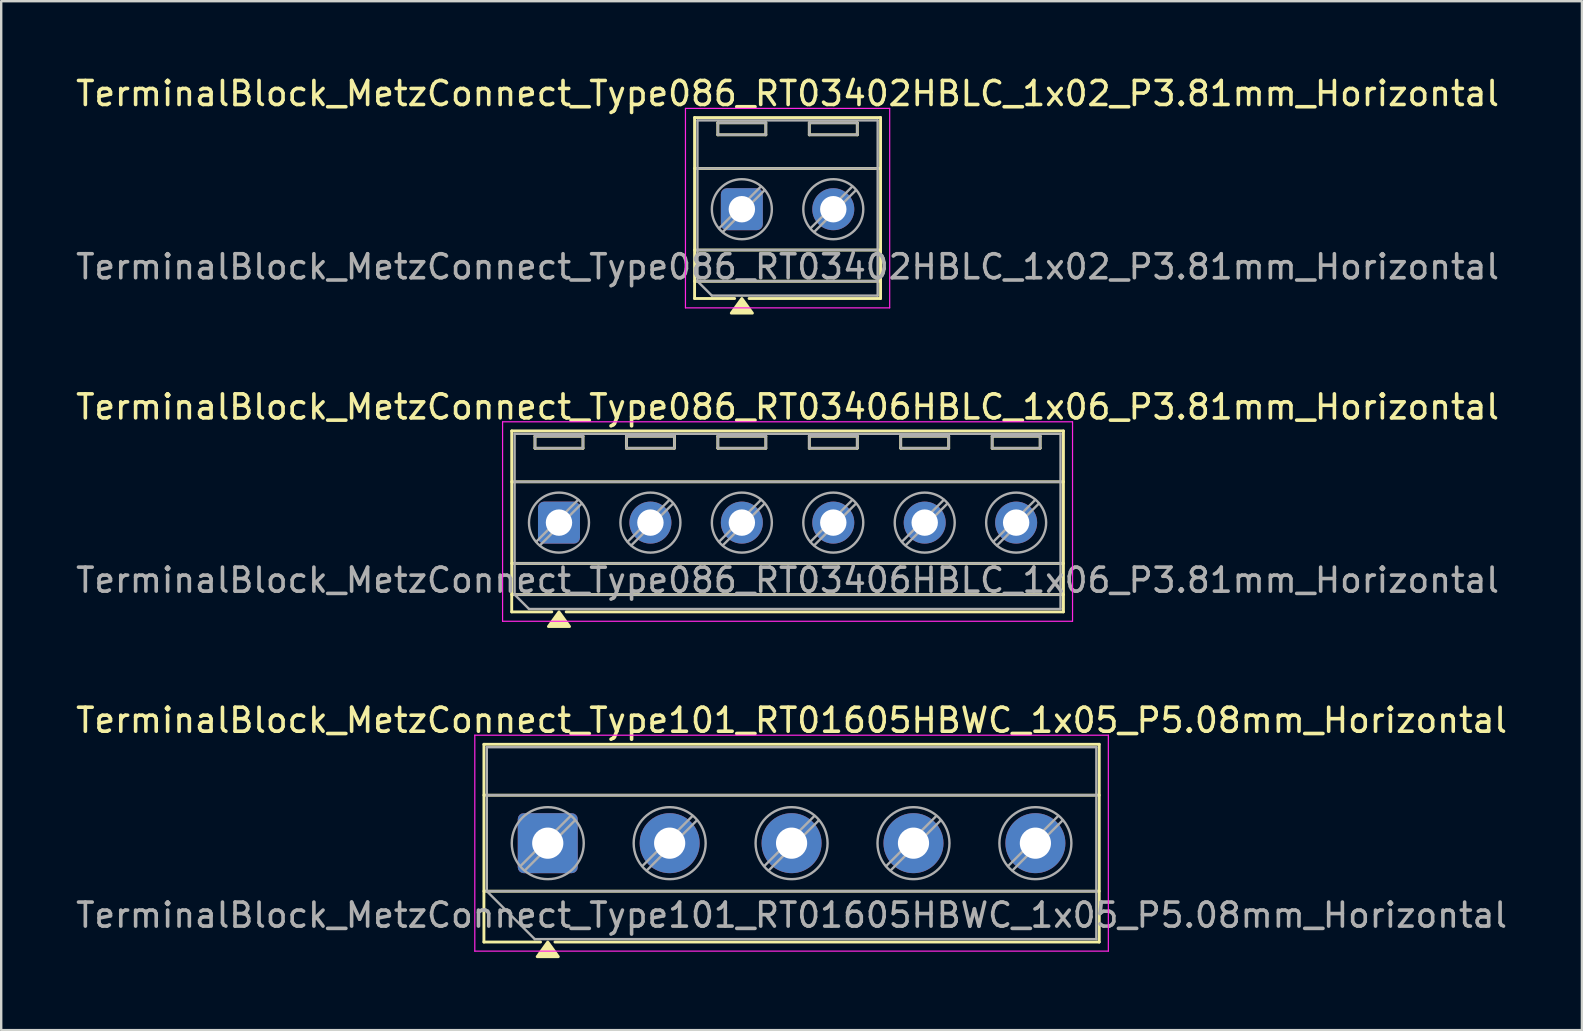
<source format=kicad_pcb>
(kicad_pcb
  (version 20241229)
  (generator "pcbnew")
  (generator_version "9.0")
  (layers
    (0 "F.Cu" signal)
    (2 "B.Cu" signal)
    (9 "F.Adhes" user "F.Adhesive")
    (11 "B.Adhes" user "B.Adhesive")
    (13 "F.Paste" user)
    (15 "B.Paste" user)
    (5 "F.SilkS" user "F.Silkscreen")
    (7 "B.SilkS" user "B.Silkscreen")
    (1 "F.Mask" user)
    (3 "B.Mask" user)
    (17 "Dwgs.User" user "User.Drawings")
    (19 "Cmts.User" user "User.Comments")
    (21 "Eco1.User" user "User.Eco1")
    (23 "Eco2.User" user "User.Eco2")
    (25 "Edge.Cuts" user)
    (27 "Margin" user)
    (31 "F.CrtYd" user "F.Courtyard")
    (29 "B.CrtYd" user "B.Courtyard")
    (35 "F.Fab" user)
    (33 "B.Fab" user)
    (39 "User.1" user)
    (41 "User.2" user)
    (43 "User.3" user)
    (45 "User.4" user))
  (footprint "TerminalBlock_MetzConnect_Type086_RT03406HBLC_1x06_P3.81mm_Horizontal"
    (layer "F.Cu")
    (at 20.243 18.727)
    (property "Reference" "TerminalBlock_MetzConnect_Type086_RT03406HBLC_1x06_P3.81mm_Horizontal" (at 9.525 -4.82 0) (layer "F.SilkS") (effects (font (size 1 1) (thickness 0.15))))
    (attr through_hole)
    (fp_line (start -1.97 -3.82) (end -1.97 3.72) (stroke (width 0.12) (type solid)) (layer "F.SilkS"))
    (fp_line (start -1.97 -3.82) (end 21.02 -3.82) (stroke (width 0.12) (type solid)) (layer "F.SilkS"))
    (fp_line (start -1.97 -1.7) (end 21.02 -1.7) (stroke (width 0.12) (type solid)) (layer "F.SilkS"))
    (fp_line (start -1.97 1.7) (end 21.02 1.7) (stroke (width 0.12) (type solid)) (layer "F.SilkS"))
    (fp_line (start -1.97 3) (end 21.02 3) (stroke (width 0.12) (type solid)) (layer "F.SilkS"))
    (fp_line (start -1.97 3.72) (end -0.3 3.72) (stroke (width 0.12) (type solid)) (layer "F.SilkS"))
    (fp_line (start -1 -3.6) (end -1 -3.1) (stroke (width 0.12) (type solid)) (layer "F.SilkS"))
    (fp_line (start -1 -3.6) (end 1 -3.6) (stroke (width 0.12) (type solid)) (layer "F.SilkS"))
    (fp_line (start -1 -3.1) (end 1 -3.1) (stroke (width 0.12) (type solid)) (layer "F.SilkS"))
    (fp_line (start 0.3 3.72) (end 21.02 3.72) (stroke (width 0.12) (type solid)) (layer "F.SilkS"))
    (fp_line (start 1 -3.6) (end 1 -3.1) (stroke (width 0.12) (type solid)) (layer "F.SilkS"))
    (fp_line (start 2.81 -3.6) (end 2.81 -3.1) (stroke (width 0.12) (type solid)) (layer "F.SilkS"))
    (fp_line (start 2.81 -3.6) (end 4.81 -3.6) (stroke (width 0.12) (type solid)) (layer "F.SilkS"))
    (fp_line (start 2.81 -3.1) (end 4.81 -3.1) (stroke (width 0.12) (type solid)) (layer "F.SilkS"))
    (fp_line (start 4.81 -3.6) (end 4.81 -3.1) (stroke (width 0.12) (type solid)) (layer "F.SilkS"))
    (fp_line (start 6.62 -3.6) (end 6.62 -3.1) (stroke (width 0.12) (type solid)) (layer "F.SilkS"))
    (fp_line (start 6.62 -3.6) (end 8.62 -3.6) (stroke (width 0.12) (type solid)) (layer "F.SilkS"))
    (fp_line (start 6.62 -3.1) (end 8.62 -3.1) (stroke (width 0.12) (type solid)) (layer "F.SilkS"))
    (fp_line (start 8.62 -3.6) (end 8.62 -3.1) (stroke (width 0.12) (type solid)) (layer "F.SilkS"))
    (fp_line (start 10.43 -3.6) (end 10.43 -3.1) (stroke (width 0.12) (type solid)) (layer "F.SilkS"))
    (fp_line (start 10.43 -3.6) (end 12.43 -3.6) (stroke (width 0.12) (type solid)) (layer "F.SilkS"))
    (fp_line (start 10.43 -3.1) (end 12.43 -3.1) (stroke (width 0.12) (type solid)) (layer "F.SilkS"))
    (fp_line (start 12.43 -3.6) (end 12.43 -3.1) (stroke (width 0.12) (type solid)) (layer "F.SilkS"))
    (fp_line (start 14.24 -3.6) (end 14.24 -3.1) (stroke (width 0.12) (type solid)) (layer "F.SilkS"))
    (fp_line (start 14.24 -3.6) (end 16.24 -3.6) (stroke (width 0.12) (type solid)) (layer "F.SilkS"))
    (fp_line (start 14.24 -3.1) (end 16.24 -3.1) (stroke (width 0.12) (type solid)) (layer "F.SilkS"))
    (fp_line (start 16.24 -3.6) (end 16.24 -3.1) (stroke (width 0.12) (type solid)) (layer "F.SilkS"))
    (fp_line (start 18.05 -3.6) (end 18.05 -3.1) (stroke (width 0.12) (type solid)) (layer "F.SilkS"))
    (fp_line (start 18.05 -3.6) (end 20.05 -3.6) (stroke (width 0.12) (type solid)) (layer "F.SilkS"))
    (fp_line (start 18.05 -3.1) (end 20.05 -3.1) (stroke (width 0.12) (type solid)) (layer "F.SilkS"))
    (fp_line (start 20.05 -3.6) (end 20.05 -3.1) (stroke (width 0.12) (type solid)) (layer "F.SilkS"))
    (fp_line (start 21.02 -3.82) (end 21.02 3.72) (stroke (width 0.12) (type solid)) (layer "F.SilkS"))
    (fp_poly (pts (xy 0 3.72) (xy 0.44 4.33) (xy -0.44 4.33)) (stroke (width 0.12) (type solid)) (fill yes) (layer "F.SilkS"))
    (fp_line (start -2.35 -4.2) (end -2.35 4.11) (stroke (width 0.05) (type solid)) (layer "F.CrtYd"))
    (fp_line (start -2.35 4.11) (end 21.4 4.11) (stroke (width 0.05) (type solid)) (layer "F.CrtYd"))
    (fp_line (start 21.4 -4.2) (end -2.35 -4.2) (stroke (width 0.05) (type solid)) (layer "F.CrtYd"))
    (fp_line (start 21.4 4.11) (end 21.4 -4.2) (stroke (width 0.05) (type solid)) (layer "F.CrtYd"))
    (fp_line (start -1.85 -3.7) (end 20.9 -3.7) (stroke (width 0.1) (type solid)) (layer "F.Fab"))
    (fp_line (start -1.85 -1.7) (end 20.9 -1.7) (stroke (width 0.1) (type solid)) (layer "F.Fab"))
    (fp_line (start -1.85 1.7) (end 20.9 1.7) (stroke (width 0.1) (type solid)) (layer "F.Fab"))
    (fp_line (start -1.85 3) (end -1.85 -3.7) (stroke (width 0.1) (type solid)) (layer "F.Fab"))
    (fp_line (start -1.85 3) (end 20.9 3) (stroke (width 0.1) (type solid)) (layer "F.Fab"))
    (fp_line (start -1.25 3.6) (end -1.85 3) (stroke (width 0.1) (type solid)) (layer "F.Fab"))
    (fp_line (start -1 -3.6) (end -1 -3.1) (stroke (width 0.1) (type solid)) (layer "F.Fab"))
    (fp_line (start -1 -3.1) (end 1 -3.1) (stroke (width 0.1) (type solid)) (layer "F.Fab"))
    (fp_line (start 0.796 -0.948) (end -0.948 0.795) (stroke (width 0.1) (type solid)) (layer "F.Fab"))
    (fp_line (start 0.948 -0.795) (end -0.796 0.948) (stroke (width 0.1) (type solid)) (layer "F.Fab"))
    (fp_line (start 1 -3.6) (end -1 -3.6) (stroke (width 0.1) (type solid)) (layer "F.Fab"))
    (fp_line (start 1 -3.1) (end 1 -3.6) (stroke (width 0.1) (type solid)) (layer "F.Fab"))
    (fp_line (start 2.81 -3.6) (end 2.81 -3.1) (stroke (width 0.1) (type solid)) (layer "F.Fab"))
    (fp_line (start 2.81 -3.1) (end 4.81 -3.1) (stroke (width 0.1) (type solid)) (layer "F.Fab"))
    (fp_line (start 4.606 -0.948) (end 2.862 0.795) (stroke (width 0.1) (type solid)) (layer "F.Fab"))
    (fp_line (start 4.758 -0.795) (end 3.014 0.948) (stroke (width 0.1) (type solid)) (layer "F.Fab"))
    (fp_line (start 4.81 -3.6) (end 2.81 -3.6) (stroke (width 0.1) (type solid)) (layer "F.Fab"))
    (fp_line (start 4.81 -3.1) (end 4.81 -3.6) (stroke (width 0.1) (type solid)) (layer "F.Fab"))
    (fp_line (start 6.62 -3.6) (end 6.62 -3.1) (stroke (width 0.1) (type solid)) (layer "F.Fab"))
    (fp_line (start 6.62 -3.1) (end 8.62 -3.1) (stroke (width 0.1) (type solid)) (layer "F.Fab"))
    (fp_line (start 8.416 -0.948) (end 6.672 0.795) (stroke (width 0.1) (type solid)) (layer "F.Fab"))
    (fp_line (start 8.568 -0.795) (end 6.824 0.948) (stroke (width 0.1) (type solid)) (layer "F.Fab"))
    (fp_line (start 8.62 -3.6) (end 6.62 -3.6) (stroke (width 0.1) (type solid)) (layer "F.Fab"))
    (fp_line (start 8.62 -3.1) (end 8.62 -3.6) (stroke (width 0.1) (type solid)) (layer "F.Fab"))
    (fp_line (start 10.43 -3.6) (end 10.43 -3.1) (stroke (width 0.1) (type solid)) (layer "F.Fab"))
    (fp_line (start 10.43 -3.1) (end 12.43 -3.1) (stroke (width 0.1) (type solid)) (layer "F.Fab"))
    (fp_line (start 12.226 -0.948) (end 10.482 0.795) (stroke (width 0.1) (type solid)) (layer "F.Fab"))
    (fp_line (start 12.378 -0.795) (end 10.634 0.948) (stroke (width 0.1) (type solid)) (layer "F.Fab"))
    (fp_line (start 12.43 -3.6) (end 10.43 -3.6) (stroke (width 0.1) (type solid)) (layer "F.Fab"))
    (fp_line (start 12.43 -3.1) (end 12.43 -3.6) (stroke (width 0.1) (type solid)) (layer "F.Fab"))
    (fp_line (start 14.24 -3.6) (end 14.24 -3.1) (stroke (width 0.1) (type solid)) (layer "F.Fab"))
    (fp_line (start 14.24 -3.1) (end 16.24 -3.1) (stroke (width 0.1) (type solid)) (layer "F.Fab"))
    (fp_line (start 16.036 -0.948) (end 14.292 0.795) (stroke (width 0.1) (type solid)) (layer "F.Fab"))
    (fp_line (start 16.188 -0.795) (end 14.444 0.948) (stroke (width 0.1) (type solid)) (layer "F.Fab"))
    (fp_line (start 16.24 -3.6) (end 14.24 -3.6) (stroke (width 0.1) (type solid)) (layer "F.Fab"))
    (fp_line (start 16.24 -3.1) (end 16.24 -3.6) (stroke (width 0.1) (type solid)) (layer "F.Fab"))
    (fp_line (start 18.05 -3.6) (end 18.05 -3.1) (stroke (width 0.1) (type solid)) (layer "F.Fab"))
    (fp_line (start 18.05 -3.1) (end 20.05 -3.1) (stroke (width 0.1) (type solid)) (layer "F.Fab"))
    (fp_line (start 19.846 -0.948) (end 18.102 0.795) (stroke (width 0.1) (type solid)) (layer "F.Fab"))
    (fp_line (start 19.998 -0.795) (end 18.254 0.948) (stroke (width 0.1) (type solid)) (layer "F.Fab"))
    (fp_line (start 20.05 -3.6) (end 18.05 -3.6) (stroke (width 0.1) (type solid)) (layer "F.Fab"))
    (fp_line (start 20.05 -3.1) (end 20.05 -3.6) (stroke (width 0.1) (type solid)) (layer "F.Fab"))
    (fp_line (start 20.9 -3.7) (end 20.9 3.6) (stroke (width 0.1) (type solid)) (layer "F.Fab"))
    (fp_line (start 20.9 3.6) (end -1.25 3.6) (stroke (width 0.1) (type solid)) (layer "F.Fab"))
    (fp_circle (center 0 0) (end 1.25 0) (stroke (width 0.1) (type solid)) (fill no) (layer "F.Fab"))
    (fp_circle (center 3.81 0) (end 5.06 0) (stroke (width 0.1) (type solid)) (fill no) (layer "F.Fab"))
    (fp_circle (center 7.62 0) (end 8.87 0) (stroke (width 0.1) (type solid)) (fill no) (layer "F.Fab"))
    (fp_circle (center 11.43 0) (end 12.68 0) (stroke (width 0.1) (type solid)) (fill no) (layer "F.Fab"))
    (fp_circle (center 15.24 0) (end 16.49 0) (stroke (width 0.1) (type solid)) (fill no) (layer "F.Fab"))
    (fp_circle (center 19.05 0) (end 20.3 0) (stroke (width 0.1) (type solid)) (fill no) (layer "F.Fab"))
    (fp_text user "${REFERENCE}" (at 9.525 2.4 0) (layer "F.Fab") (effects (font (size 1 1) (thickness 0.15))))
    (pad "1" thru_hole roundrect (at 0 0) (size 1.75 1.75) (drill 1.1) (layers "*.Cu" "*.Mask") (roundrect_rratio 0.143))
    (pad "2" thru_hole circle (at 3.81 0) (size 1.75 1.75) (drill 1.1) (layers "*.Cu" "*.Mask"))
    (pad "3" thru_hole circle (at 7.62 0) (size 1.75 1.75) (drill 1.1) (layers "*.Cu" "*.Mask"))
    (pad "4" thru_hole circle (at 11.43 0) (size 1.75 1.75) (drill 1.1) (layers "*.Cu" "*.Mask"))
    (pad "5" thru_hole circle (at 15.24 0) (size 1.75 1.75) (drill 1.1) (layers "*.Cu" "*.Mask"))
    (pad "6" thru_hole circle (at 19.05 0) (size 1.75 1.75) (drill 1.1) (layers "*.Cu" "*.Mask")))
  (footprint "TerminalBlock_MetzConnect_Type101_RT01605HBWC_1x05_P5.08mm_Horizontal"
    (layer "F.Cu")
    (at 19.775 32.085)
    (property "Reference" "TerminalBlock_MetzConnect_Type101_RT01605HBWC_1x05_P5.08mm_Horizontal" (at 10.16 -5.12 0) (layer "F.SilkS") (effects (font (size 1 1) (thickness 0.15))))
    (attr through_hole)
    (fp_line (start -2.66 -4.12) (end -2.66 4.12) (stroke (width 0.12) (type solid)) (layer "F.SilkS"))
    (fp_line (start -2.66 -4.12) (end 22.98 -4.12) (stroke (width 0.12) (type solid)) (layer "F.SilkS"))
    (fp_line (start -2.66 -2) (end 22.98 -2) (stroke (width 0.12) (type solid)) (layer "F.SilkS"))
    (fp_line (start -2.66 2) (end 22.98 2) (stroke (width 0.12) (type solid)) (layer "F.SilkS"))
    (fp_line (start -2.66 4.12) (end -0.3 4.12) (stroke (width 0.12) (type solid)) (layer "F.SilkS"))
    (fp_line (start 0.3 4.12) (end 22.98 4.12) (stroke (width 0.12) (type solid)) (layer "F.SilkS"))
    (fp_line (start 22.98 -4.12) (end 22.98 4.12) (stroke (width 0.12) (type solid)) (layer "F.SilkS"))
    (fp_poly (pts (xy 0 4.12) (xy 0.44 4.73) (xy -0.44 4.73)) (stroke (width 0.12) (type solid)) (fill yes) (layer "F.SilkS"))
    (fp_line (start -3.04 -4.5) (end -3.04 4.5) (stroke (width 0.05) (type solid)) (layer "F.CrtYd"))
    (fp_line (start -3.04 4.5) (end 23.36 4.5) (stroke (width 0.05) (type solid)) (layer "F.CrtYd"))
    (fp_line (start 23.36 -4.5) (end -3.04 -4.5) (stroke (width 0.05) (type solid)) (layer "F.CrtYd"))
    (fp_line (start 23.36 4.5) (end 23.36 -4.5) (stroke (width 0.05) (type solid)) (layer "F.CrtYd"))
    (fp_line (start -2.54 -4) (end 22.86 -4) (stroke (width 0.1) (type solid)) (layer "F.Fab"))
    (fp_line (start -2.54 -2) (end 22.86 -2) (stroke (width 0.1) (type solid)) (layer "F.Fab"))
    (fp_line (start -2.54 2) (end -2.54 -4) (stroke (width 0.1) (type solid)) (layer "F.Fab"))
    (fp_line (start -2.54 2) (end 22.86 2) (stroke (width 0.1) (type solid)) (layer "F.Fab"))
    (fp_line (start -0.54 4) (end -2.54 2) (stroke (width 0.1) (type solid)) (layer "F.Fab"))
    (fp_line (start 0.955 -1.138) (end -1.138 0.954) (stroke (width 0.1) (type solid)) (layer "F.Fab"))
    (fp_line (start 1.138 -0.954) (end -0.955 1.137) (stroke (width 0.1) (type solid)) (layer "F.Fab"))
    (fp_line (start 6.035 -1.138) (end 3.942 0.954) (stroke (width 0.1) (type solid)) (layer "F.Fab"))
    (fp_line (start 6.218 -0.954) (end 4.125 1.137) (stroke (width 0.1) (type solid)) (layer "F.Fab"))
    (fp_line (start 11.115 -1.138) (end 9.022 0.954) (stroke (width 0.1) (type solid)) (layer "F.Fab"))
    (fp_line (start 11.298 -0.954) (end 9.205 1.137) (stroke (width 0.1) (type solid)) (layer "F.Fab"))
    (fp_line (start 16.195 -1.138) (end 14.102 0.954) (stroke (width 0.1) (type solid)) (layer "F.Fab"))
    (fp_line (start 16.378 -0.954) (end 14.285 1.137) (stroke (width 0.1) (type solid)) (layer "F.Fab"))
    (fp_line (start 21.275 -1.138) (end 19.182 0.954) (stroke (width 0.1) (type solid)) (layer "F.Fab"))
    (fp_line (start 21.458 -0.954) (end 19.365 1.137) (stroke (width 0.1) (type solid)) (layer "F.Fab"))
    (fp_line (start 22.86 -4) (end 22.86 4) (stroke (width 0.1) (type solid)) (layer "F.Fab"))
    (fp_line (start 22.86 4) (end -0.54 4) (stroke (width 0.1) (type solid)) (layer "F.Fab"))
    (fp_circle (center 0 0) (end 1.5 0) (stroke (width 0.1) (type solid)) (fill no) (layer "F.Fab"))
    (fp_circle (center 5.08 0) (end 6.58 0) (stroke (width 0.1) (type solid)) (fill no) (layer "F.Fab"))
    (fp_circle (center 10.16 0) (end 11.66 0) (stroke (width 0.1) (type solid)) (fill no) (layer "F.Fab"))
    (fp_circle (center 15.24 0) (end 16.74 0) (stroke (width 0.1) (type solid)) (fill no) (layer "F.Fab"))
    (fp_circle (center 20.32 0) (end 21.82 0) (stroke (width 0.1) (type solid)) (fill no) (layer "F.Fab"))
    (fp_text user "${REFERENCE}" (at 10.16 3 0) (layer "F.Fab") (effects (font (size 1 1) (thickness 0.15))))
    (pad "1" thru_hole roundrect (at 0 0) (size 2.5 2.5) (drill 1.3) (layers "*.Cu" "*.Mask") (roundrect_rratio 0.1))
    (pad "2" thru_hole circle (at 5.08 0) (size 2.5 2.5) (drill 1.3) (layers "*.Cu" "*.Mask"))
    (pad "3" thru_hole circle (at 10.16 0) (size 2.5 2.5) (drill 1.3) (layers "*.Cu" "*.Mask"))
    (pad "4" thru_hole circle (at 15.24 0) (size 2.5 2.5) (drill 1.3) (layers "*.Cu" "*.Mask"))
    (pad "5" thru_hole circle (at 20.32 0) (size 2.5 2.5) (drill 1.3) (layers "*.Cu" "*.Mask")))
  (footprint "TerminalBlock_MetzConnect_Type086_RT03402HBLC_1x02_P3.81mm_Horizontal"
    (layer "F.Cu")
    (at 27.863 5.668)
    (property "Reference" "TerminalBlock_MetzConnect_Type086_RT03402HBLC_1x02_P3.81mm_Horizontal" (at 1.905 -4.82 0) (layer "F.SilkS") (effects (font (size 1 1) (thickness 0.15))))
    (attr through_hole)
    (fp_line (start -1.97 -3.82) (end -1.97 3.72) (stroke (width 0.12) (type solid)) (layer "F.SilkS"))
    (fp_line (start -1.97 -3.82) (end 5.78 -3.82) (stroke (width 0.12) (type solid)) (layer "F.SilkS"))
    (fp_line (start -1.97 -1.7) (end 5.78 -1.7) (stroke (width 0.12) (type solid)) (layer "F.SilkS"))
    (fp_line (start -1.97 1.7) (end 5.78 1.7) (stroke (width 0.12) (type solid)) (layer "F.SilkS"))
    (fp_line (start -1.97 3) (end 5.78 3) (stroke (width 0.12) (type solid)) (layer "F.SilkS"))
    (fp_line (start -1.97 3.72) (end -0.3 3.72) (stroke (width 0.12) (type solid)) (layer "F.SilkS"))
    (fp_line (start -1 -3.6) (end -1 -3.1) (stroke (width 0.12) (type solid)) (layer "F.SilkS"))
    (fp_line (start -1 -3.6) (end 1 -3.6) (stroke (width 0.12) (type solid)) (layer "F.SilkS"))
    (fp_line (start -1 -3.1) (end 1 -3.1) (stroke (width 0.12) (type solid)) (layer "F.SilkS"))
    (fp_line (start 0.3 3.72) (end 5.78 3.72) (stroke (width 0.12) (type solid)) (layer "F.SilkS"))
    (fp_line (start 1 -3.6) (end 1 -3.1) (stroke (width 0.12) (type solid)) (layer "F.SilkS"))
    (fp_line (start 2.81 -3.6) (end 2.81 -3.1) (stroke (width 0.12) (type solid)) (layer "F.SilkS"))
    (fp_line (start 2.81 -3.6) (end 4.81 -3.6) (stroke (width 0.12) (type solid)) (layer "F.SilkS"))
    (fp_line (start 2.81 -3.1) (end 4.81 -3.1) (stroke (width 0.12) (type solid)) (layer "F.SilkS"))
    (fp_line (start 4.81 -3.6) (end 4.81 -3.1) (stroke (width 0.12) (type solid)) (layer "F.SilkS"))
    (fp_line (start 5.78 -3.82) (end 5.78 3.72) (stroke (width 0.12) (type solid)) (layer "F.SilkS"))
    (fp_poly (pts (xy 0 3.72) (xy 0.44 4.33) (xy -0.44 4.33)) (stroke (width 0.12) (type solid)) (fill yes) (layer "F.SilkS"))
    (fp_line (start -2.35 -4.2) (end -2.35 4.11) (stroke (width 0.05) (type solid)) (layer "F.CrtYd"))
    (fp_line (start -2.35 4.11) (end 6.16 4.11) (stroke (width 0.05) (type solid)) (layer "F.CrtYd"))
    (fp_line (start 6.16 -4.2) (end -2.35 -4.2) (stroke (width 0.05) (type solid)) (layer "F.CrtYd"))
    (fp_line (start 6.16 4.11) (end 6.16 -4.2) (stroke (width 0.05) (type solid)) (layer "F.CrtYd"))
    (fp_line (start -1.85 -3.7) (end 5.66 -3.7) (stroke (width 0.1) (type solid)) (layer "F.Fab"))
    (fp_line (start -1.85 -1.7) (end 5.66 -1.7) (stroke (width 0.1) (type solid)) (layer "F.Fab"))
    (fp_line (start -1.85 1.7) (end 5.66 1.7) (stroke (width 0.1) (type solid)) (layer "F.Fab"))
    (fp_line (start -1.85 3) (end -1.85 -3.7) (stroke (width 0.1) (type solid)) (layer "F.Fab"))
    (fp_line (start -1.85 3) (end 5.66 3) (stroke (width 0.1) (type solid)) (layer "F.Fab"))
    (fp_line (start -1.25 3.6) (end -1.85 3) (stroke (width 0.1) (type solid)) (layer "F.Fab"))
    (fp_line (start -1 -3.6) (end -1 -3.1) (stroke (width 0.1) (type solid)) (layer "F.Fab"))
    (fp_line (start -1 -3.1) (end 1 -3.1) (stroke (width 0.1) (type solid)) (layer "F.Fab"))
    (fp_line (start 0.796 -0.948) (end -0.948 0.795) (stroke (width 0.1) (type solid)) (layer "F.Fab"))
    (fp_line (start 0.948 -0.795) (end -0.796 0.948) (stroke (width 0.1) (type solid)) (layer "F.Fab"))
    (fp_line (start 1 -3.6) (end -1 -3.6) (stroke (width 0.1) (type solid)) (layer "F.Fab"))
    (fp_line (start 1 -3.1) (end 1 -3.6) (stroke (width 0.1) (type solid)) (layer "F.Fab"))
    (fp_line (start 2.81 -3.6) (end 2.81 -3.1) (stroke (width 0.1) (type solid)) (layer "F.Fab"))
    (fp_line (start 2.81 -3.1) (end 4.81 -3.1) (stroke (width 0.1) (type solid)) (layer "F.Fab"))
    (fp_line (start 4.606 -0.948) (end 2.862 0.795) (stroke (width 0.1) (type solid)) (layer "F.Fab"))
    (fp_line (start 4.758 -0.795) (end 3.014 0.948) (stroke (width 0.1) (type solid)) (layer "F.Fab"))
    (fp_line (start 4.81 -3.6) (end 2.81 -3.6) (stroke (width 0.1) (type solid)) (layer "F.Fab"))
    (fp_line (start 4.81 -3.1) (end 4.81 -3.6) (stroke (width 0.1) (type solid)) (layer "F.Fab"))
    (fp_line (start 5.66 -3.7) (end 5.66 3.6) (stroke (width 0.1) (type solid)) (layer "F.Fab"))
    (fp_line (start 5.66 3.6) (end -1.25 3.6) (stroke (width 0.1) (type solid)) (layer "F.Fab"))
    (fp_circle (center 0 0) (end 1.25 0) (stroke (width 0.1) (type solid)) (fill no) (layer "F.Fab"))
    (fp_circle (center 3.81 0) (end 5.06 0) (stroke (width 0.1) (type solid)) (fill no) (layer "F.Fab"))
    (fp_text user "${REFERENCE}" (at 1.905 2.4 0) (layer "F.Fab") (effects (font (size 1 1) (thickness 0.15))))
    (pad "1" thru_hole roundrect (at 0 0) (size 1.75 1.75) (drill 1.1) (layers "*.Cu" "*.Mask") (roundrect_rratio 0.143))
    (pad "2" thru_hole circle (at 3.81 0) (size 1.75 1.75) (drill 1.1) (layers "*.Cu" "*.Mask")))
  (gr_rect
    (start -3 -3)
    (end 62.869 39.875)
    (stroke (width 0.1) (type default))
    (fill no)
    (layer "Edge.Cuts")))
</source>
